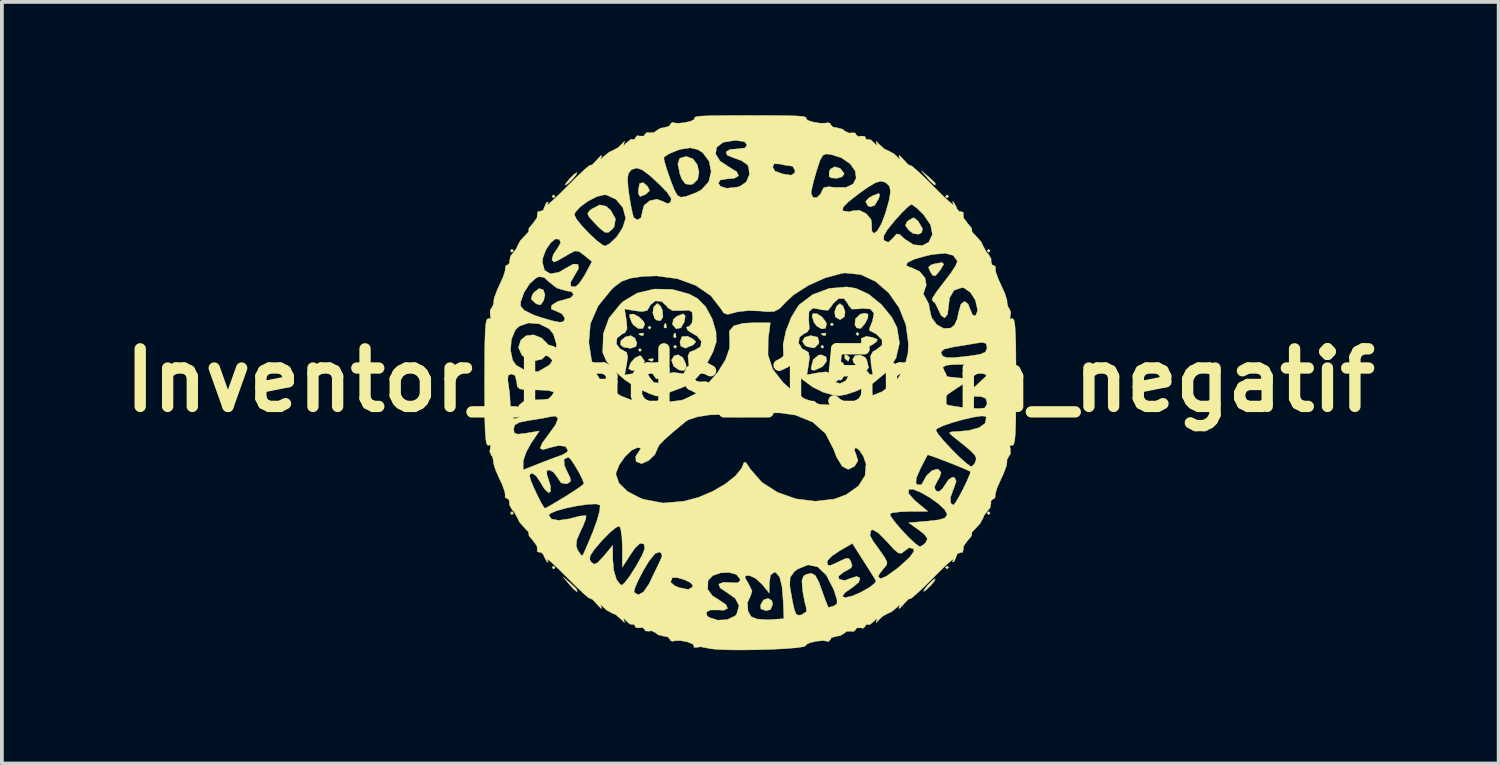
<source format=kicad_pcb>
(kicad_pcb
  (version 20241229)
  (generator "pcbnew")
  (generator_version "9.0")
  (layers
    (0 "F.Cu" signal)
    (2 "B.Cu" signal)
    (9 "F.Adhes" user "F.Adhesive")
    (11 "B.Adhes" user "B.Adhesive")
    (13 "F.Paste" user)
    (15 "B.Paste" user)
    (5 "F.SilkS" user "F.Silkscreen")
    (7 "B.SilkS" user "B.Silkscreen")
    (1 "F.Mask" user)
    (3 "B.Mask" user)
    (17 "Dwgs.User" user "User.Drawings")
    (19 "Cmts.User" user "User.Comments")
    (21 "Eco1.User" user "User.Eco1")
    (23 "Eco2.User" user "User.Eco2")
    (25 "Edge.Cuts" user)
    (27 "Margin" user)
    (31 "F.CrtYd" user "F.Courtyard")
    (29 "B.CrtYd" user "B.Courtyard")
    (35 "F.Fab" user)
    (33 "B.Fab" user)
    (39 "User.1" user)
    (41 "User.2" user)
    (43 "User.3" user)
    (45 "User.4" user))
  (footprint "Inventor_Dads_15mm_negatif"
    (layer "F.Cu")
    (at 16.808 7.017)
    (property "Reference" "Inventor_Dads_15mm_negatif" (at 0 0 0) (layer "F.SilkS") (effects (font (size 1.524 1.524) (thickness 0.3))))
    (attr through_hole)
    (fp_poly (pts (xy -6.265 -3.429) (xy -6.308 -3.387) (xy -6.35 -3.429) (xy -6.308 -3.471) (xy -6.265 -3.429)) (stroke (width 0.01) (type solid)) (fill yes) (layer "F.SilkS"))
    (fp_poly (pts (xy -6.265 3.514) (xy -6.308 3.556) (xy -6.35 3.514) (xy -6.308 3.471) (xy -6.265 3.514)) (stroke (width 0.01) (type solid)) (fill yes) (layer "F.SilkS"))
    (fp_poly (pts (xy -5.165 -4.868) (xy -5.207 -4.826) (xy -5.249 -4.868) (xy -5.207 -4.911) (xy -5.165 -4.868)) (stroke (width 0.01) (type solid)) (fill yes) (layer "F.SilkS"))
    (fp_poly (pts (xy -5.165 4.953) (xy -5.207 4.995) (xy -5.249 4.953) (xy -5.207 4.911) (xy -5.165 4.953)) (stroke (width 0.01) (type solid)) (fill yes) (layer "F.SilkS"))
    (fp_poly (pts (xy -2.879 -0.804) (xy -2.921 -0.762) (xy -2.963 -0.804) (xy -2.921 -0.847) (xy -2.879 -0.804)) (stroke (width 0.01) (type solid)) (fill yes) (layer "F.SilkS"))
    (fp_poly (pts (xy -2.625 -1.397) (xy -2.667 -1.355) (xy -2.709 -1.397) (xy -2.667 -1.439) (xy -2.625 -1.397)) (stroke (width 0.01) (type solid)) (fill yes) (layer "F.SilkS"))
    (fp_poly (pts (xy -2.201 -0.55) (xy -2.244 -0.508) (xy -2.286 -0.55) (xy -2.244 -0.593) (xy -2.201 -0.55)) (stroke (width 0.01) (type solid)) (fill yes) (layer "F.SilkS"))
    (fp_poly (pts (xy -1.947 -0.889) (xy -1.99 -0.847) (xy -2.032 -0.889) (xy -1.99 -0.931) (xy -1.947 -0.889)) (stroke (width 0.01) (type solid)) (fill yes) (layer "F.SilkS"))
    (fp_poly (pts (xy 1.947 -0.889) (xy 1.905 -0.847) (xy 1.863 -0.889) (xy 1.905 -0.931) (xy 1.947 -0.889)) (stroke (width 0.01) (type solid)) (fill yes) (layer "F.SilkS"))
    (fp_poly (pts (xy 2.201 -1.482) (xy 2.159 -1.439) (xy 2.117 -1.482) (xy 2.159 -1.524) (xy 2.201 -1.482)) (stroke (width 0.01) (type solid)) (fill yes) (layer "F.SilkS"))
    (fp_poly (pts (xy 2.879 -1.228) (xy 2.836 -1.185) (xy 2.794 -1.228) (xy 2.836 -1.27) (xy 2.879 -1.228)) (stroke (width 0.01) (type solid)) (fill yes) (layer "F.SilkS"))
    (fp_poly (pts (xy 2.879 -0.889) (xy 2.836 -0.847) (xy 2.794 -0.889) (xy 2.836 -0.931) (xy 2.879 -0.889)) (stroke (width 0.01) (type solid)) (fill yes) (layer "F.SilkS"))
    (fp_poly (pts (xy 5.249 -4.868) (xy 5.207 -4.826) (xy 5.165 -4.868) (xy 5.207 -4.911) (xy 5.249 -4.868)) (stroke (width 0.01) (type solid)) (fill yes) (layer "F.SilkS"))
    (fp_poly (pts (xy 5.249 4.953) (xy 5.207 4.995) (xy 5.165 4.953) (xy 5.207 4.911) (xy 5.249 4.953)) (stroke (width 0.01) (type solid)) (fill yes) (layer "F.SilkS"))
    (fp_poly (pts (xy 6.35 -3.429) (xy 6.308 -3.387) (xy 6.265 -3.429) (xy 6.308 -3.471) (xy 6.35 -3.429)) (stroke (width 0.01) (type solid)) (fill yes) (layer "F.SilkS"))
    (fp_poly (pts (xy 6.35 3.514) (xy 6.308 3.556) (xy 6.265 3.514) (xy 6.308 3.471) (xy 6.35 3.514)) (stroke (width 0.01) (type solid)) (fill yes) (layer "F.SilkS"))
    (fp_poly (pts (xy -2.822 -1.242) (xy -2.834 -1.191) (xy -2.879 -1.185) (xy -2.948 -1.216) (xy -2.935 -1.242) (xy -2.835 -1.252) (xy -2.822 -1.242)) (stroke (width 0.01) (type solid)) (fill yes) (layer "F.SilkS"))
    (fp_poly (pts (xy -2.568 -0.564) (xy -2.58 -0.514) (xy -2.625 -0.508) (xy -2.694 -0.539) (xy -2.681 -0.564) (xy -2.581 -0.575) (xy -2.568 -0.564)) (stroke (width 0.01) (type solid)) (fill yes) (layer "F.SilkS"))
    (fp_poly (pts (xy -2.23 -1.496) (xy -2.219 -1.395) (xy -2.23 -1.383) (xy -2.28 -1.395) (xy -2.286 -1.439) (xy -2.255 -1.509) (xy -2.23 -1.496)) (stroke (width 0.01) (type solid)) (fill yes) (layer "F.SilkS"))
    (fp_poly (pts (xy -1.976 -1.242) (xy -1.965 -1.141) (xy -1.976 -1.129) (xy -2.026 -1.141) (xy -2.032 -1.185) (xy -2.001 -1.255) (xy -1.976 -1.242)) (stroke (width 0.01) (type solid)) (fill yes) (layer "F.SilkS"))
    (fp_poly (pts (xy 2.004 -1.242) (xy 1.992 -1.191) (xy 1.947 -1.185) (xy 1.878 -1.216) (xy 1.891 -1.242) (xy 1.991 -1.252) (xy 2.004 -1.242)) (stroke (width 0.01) (type solid)) (fill yes) (layer "F.SilkS"))
    (fp_poly (pts (xy -4.763 5.368) (xy -4.603 5.518) (xy -4.579 5.584) (xy -4.601 5.588) (xy -4.67 5.531) (xy -4.792 5.397) (xy -4.953 5.207) (xy -4.763 5.368)) (stroke (width 0.01) (type solid)) (fill yes) (layer "F.SilkS"))
    (fp_poly (pts (xy 4.72 -5.384) (xy 4.856 -5.261) (xy 4.911 -5.194) (xy 4.872 -5.173) (xy 4.751 -5.286) (xy 4.691 -5.355) (xy 4.53 -5.546) (xy 4.72 -5.384)) (stroke (width 0.01) (type solid)) (fill yes) (layer "F.SilkS"))
    (fp_poly (pts (xy -4.605 -5.45) (xy -4.699 -5.334) (xy -4.826 -5.209) (xy -4.895 -5.165) (xy -4.877 -5.218) (xy -4.784 -5.334) (xy -4.656 -5.459) (xy -4.588 -5.503) (xy -4.605 -5.45)) (stroke (width 0.01) (type solid)) (fill yes) (layer "F.SilkS"))
    (fp_poly (pts (xy -1.722 -1.704) (xy -1.749 -1.541) (xy -1.839 -1.389) (xy -1.963 -1.366) (xy -2.062 -1.48) (xy -2.035 -1.618) (xy -1.937 -1.699) (xy -1.775 -1.763) (xy -1.722 -1.704)) (stroke (width 0.01) (type solid)) (fill yes) (layer "F.SilkS"))
    (fp_poly (pts (xy 0.571 5.83) (xy 0.593 5.92) (xy 0.537 6.065) (xy 0.417 6.096) (xy 0.282 6.05) (xy 0.27 5.949) (xy 0.349 5.812) (xy 0.471 5.77) (xy 0.571 5.83)) (stroke (width 0.01) (type solid)) (fill yes) (layer "F.SilkS"))
    (fp_poly (pts (xy 2.257 -0.625) (xy 2.244 -0.593) (xy 2.168 -0.512) (xy 2.154 -0.508) (xy 2.118 -0.574) (xy 2.117 -0.593) (xy 2.182 -0.674) (xy 2.206 -0.677) (xy 2.257 -0.625)) (stroke (width 0.01) (type solid)) (fill yes) (layer "F.SilkS"))
    (fp_poly (pts (xy 2.621 -0.616) (xy 2.625 -0.593) (xy 2.596 -0.51) (xy 2.587 -0.508) (xy 2.515 -0.567) (xy 2.498 -0.593) (xy 2.504 -0.671) (xy 2.535 -0.677) (xy 2.621 -0.616)) (stroke (width 0.01) (type solid)) (fill yes) (layer "F.SilkS"))
    (fp_poly (pts (xy 4.877 5.302) (xy 4.784 5.419) (xy 4.656 5.544) (xy 4.588 5.588) (xy 4.605 5.535) (xy 4.699 5.419) (xy 4.826 5.293) (xy 4.895 5.249) (xy 4.877 5.302)) (stroke (width 0.01) (type solid)) (fill yes) (layer "F.SilkS"))
    (fp_poly (pts (xy -3.056 -1.12) (xy -3 -0.989) (xy -3.026 -0.897) (xy -3.17 -0.848) (xy -3.347 -0.876) (xy -3.435 -0.941) (xy -3.425 -1.053) (xy -3.305 -1.15) (xy -3.163 -1.184) (xy -3.056 -1.12)) (stroke (width 0.01) (type solid)) (fill yes) (layer "F.SilkS"))
    (fp_poly (pts (xy -2.714 -5.128) (xy -2.667 -5.019) (xy -2.763 -4.928) (xy -2.789 -4.914) (xy -2.917 -4.865) (xy -2.96 -4.939) (xy -2.963 -5.035) (xy -2.929 -5.212) (xy -2.832 -5.233) (xy -2.714 -5.128)) (stroke (width 0.01) (type solid)) (fill yes) (layer "F.SilkS"))
    (fp_poly (pts (xy -2.3 -0.344) (xy -2.299 -0.207) (xy -2.377 -0.052) (xy -2.49 -0.04) (xy -2.584 -0.175) (xy -2.584 -0.175) (xy -2.587 -0.362) (xy -2.529 -0.43) (xy -2.385 -0.452) (xy -2.3 -0.344)) (stroke (width 0.01) (type solid)) (fill yes) (layer "F.SilkS"))
    (fp_poly (pts (xy -1.524 -1.099) (xy -1.44 -1.02) (xy -1.507 -0.944) (xy -1.524 -0.933) (xy -1.72 -0.852) (xy -1.838 -0.906) (xy -1.863 -1.016) (xy -1.809 -1.158) (xy -1.664 -1.169) (xy -1.524 -1.099)) (stroke (width 0.01) (type solid)) (fill yes) (layer "F.SilkS"))
    (fp_poly (pts (xy 3.118 -1.753) (xy 3.11 -1.653) (xy 3.045 -1.518) (xy 2.925 -1.374) (xy 2.817 -1.388) (xy 2.767 -1.471) (xy 2.783 -1.628) (xy 2.908 -1.75) (xy 3.023 -1.778) (xy 3.118 -1.753)) (stroke (width 0.01) (type solid)) (fill yes) (layer "F.SilkS"))
    (fp_poly (pts (xy 3.234 -1.138) (xy 3.363 -1.086) (xy 3.339 -1.024) (xy 3.259 -0.963) (xy 3.084 -0.86) (xy 2.982 -0.882) (xy 2.934 -0.971) (xy 2.938 -1.111) (xy 3.067 -1.165) (xy 3.234 -1.138)) (stroke (width 0.01) (type solid)) (fill yes) (layer "F.SilkS"))
    (fp_poly (pts (xy 3.427 -4.905) (xy 3.396 -4.806) (xy 3.288 -4.629) (xy 3.162 -4.591) (xy 3.106 -4.627) (xy 3.053 -4.736) (xy 3.147 -4.837) (xy 3.256 -4.893) (xy 3.4 -4.948) (xy 3.427 -4.905)) (stroke (width 0.01) (type solid)) (fill yes) (layer "F.SilkS"))
    (fp_poly (pts (xy -5.479 -2.397) (xy -5.434 -2.265) (xy -5.469 -2.116) (xy -5.548 -1.996) (xy -5.655 -2.021) (xy -5.697 -2.051) (xy -5.798 -2.151) (xy -5.771 -2.261) (xy -5.724 -2.329) (xy -5.589 -2.43) (xy -5.479 -2.397)) (stroke (width 0.01) (type solid)) (fill yes) (layer "F.SilkS"))
    (fp_poly (pts (xy -2.94 -1.674) (xy -2.823 -1.556) (xy -2.794 -1.479) (xy -2.846 -1.371) (xy -2.965 -1.371) (xy -3.096 -1.469) (xy -3.137 -1.531) (xy -3.194 -1.683) (xy -3.189 -1.75) (xy -3.085 -1.754) (xy -2.94 -1.674)) (stroke (width 0.01) (type solid)) (fill yes) (layer "F.SilkS"))
    (fp_poly (pts (xy -2.892 -0.643) (xy -2.799 -0.51) (xy -2.841 -0.366) (xy -2.928 -0.305) (xy -3.131 -0.257) (xy -3.216 -0.307) (xy -3.217 -0.322) (xy -3.165 -0.466) (xy -3.049 -0.595) (xy -2.926 -0.652) (xy -2.892 -0.643)) (stroke (width 0.01) (type solid)) (fill yes) (layer "F.SilkS"))
    (fp_poly (pts (xy -2.374 -1.962) (xy -2.326 -1.854) (xy -2.312 -1.676) (xy -2.378 -1.577) (xy -2.488 -1.597) (xy -2.528 -1.637) (xy -2.581 -1.785) (xy -2.557 -1.943) (xy -2.471 -2.03) (xy -2.452 -2.032) (xy -2.374 -1.962)) (stroke (width 0.01) (type solid)) (fill yes) (layer "F.SilkS"))
    (fp_poly (pts (xy -1.786 -0.604) (xy -1.705 -0.431) (xy -1.693 -0.332) (xy -1.752 -0.26) (xy -1.883 -0.274) (xy -2.019 -0.366) (xy -2.029 -0.377) (xy -2.086 -0.536) (xy -2.011 -0.653) (xy -1.909 -0.677) (xy -1.786 -0.604)) (stroke (width 0.01) (type solid)) (fill yes) (layer "F.SilkS"))
    (fp_poly (pts (xy 1.783 -1.143) (xy 1.821 -1.016) (xy 1.805 -0.965) (xy 1.693 -0.857) (xy 1.507 -0.891) (xy 1.45 -0.923) (xy 1.379 -1.032) (xy 1.439 -1.138) (xy 1.598 -1.185) (xy 1.6 -1.185) (xy 1.783 -1.143)) (stroke (width 0.01) (type solid)) (fill yes) (layer "F.SilkS"))
    (fp_poly (pts (xy 1.893 -1.682) (xy 1.999 -1.547) (xy 2.017 -1.494) (xy 1.992 -1.379) (xy 1.888 -1.362) (xy 1.76 -1.437) (xy 1.689 -1.531) (xy 1.636 -1.688) (xy 1.648 -1.761) (xy 1.755 -1.769) (xy 1.893 -1.682)) (stroke (width 0.01) (type solid)) (fill yes) (layer "F.SilkS"))
    (fp_poly (pts (xy 2.004 -0.625) (xy 2.02 -0.506) (xy 1.92 -0.375) (xy 1.868 -0.342) (xy 1.69 -0.263) (xy 1.617 -0.283) (xy 1.609 -0.332) (xy 1.665 -0.548) (xy 1.809 -0.668) (xy 1.872 -0.677) (xy 2.004 -0.625)) (stroke (width 0.01) (type solid)) (fill yes) (layer "F.SilkS"))
    (fp_poly (pts (xy 2.381 -5.609) (xy 2.477 -5.485) (xy 2.483 -5.461) (xy 2.428 -5.387) (xy 2.287 -5.348) (xy 2.143 -5.359) (xy 2.088 -5.397) (xy 2.088 -5.522) (xy 2.12 -5.592) (xy 2.236 -5.654) (xy 2.381 -5.609)) (stroke (width 0.01) (type solid)) (fill yes) (layer "F.SilkS"))
    (fp_poly (pts (xy 2.456 -1.963) (xy 2.508 -1.816) (xy 2.493 -1.686) (xy 2.387 -1.61) (xy 2.371 -1.609) (xy 2.26 -1.67) (xy 2.248 -1.686) (xy 2.234 -1.818) (xy 2.286 -1.964) (xy 2.371 -2.032) (xy 2.456 -1.963)) (stroke (width 0.01) (type solid)) (fill yes) (layer "F.SilkS"))
    (fp_poly (pts (xy 2.464 -0.449) (xy 2.51 -0.318) (xy 2.49 -0.148) (xy 2.422 -0.022) (xy 2.371 0) (xy 2.29 -0.07) (xy 2.241 -0.178) (xy 2.232 -0.356) (xy 2.302 -0.473) (xy 2.415 -0.484) (xy 2.464 -0.449)) (stroke (width 0.01) (type solid)) (fill yes) (layer "F.SilkS"))
    (fp_poly (pts (xy 3.037 -0.609) (xy 3.081 -0.543) (xy 3.133 -0.338) (xy 3.077 -0.263) (xy 2.911 -0.316) (xy 2.857 -0.345) (xy 2.734 -0.472) (xy 2.709 -0.555) (xy 2.771 -0.654) (xy 2.904 -0.671) (xy 3.037 -0.609)) (stroke (width 0.01) (type solid)) (fill yes) (layer "F.SilkS"))
    (fp_poly (pts (xy 5.12 -3.075) (xy 5.034 -2.93) (xy 5.01 -2.898) (xy 4.902 -2.771) (xy 4.834 -2.774) (xy 4.766 -2.87) (xy 4.715 -2.994) (xy 4.79 -3.059) (xy 4.883 -3.086) (xy 5.074 -3.12) (xy 5.12 -3.075)) (stroke (width 0.01) (type solid)) (fill yes) (layer "F.SilkS"))
    (fp_poly (pts (xy 4.42 -4.237) (xy 4.454 -4.193) (xy 4.558 -4.016) (xy 4.538 -3.914) (xy 4.453 -3.867) (xy 4.31 -3.888) (xy 4.197 -3.973) (xy 4.106 -4.097) (xy 4.138 -4.186) (xy 4.198 -4.239) (xy 4.319 -4.306) (xy 4.42 -4.237)) (stroke (width 0.01) (type solid)) (fill yes) (layer "F.SilkS"))
    (fp_poly (pts (xy -5.524 -1.122) (xy -5.374 -0.972) (xy -5.349 -0.904) (xy -5.375 -0.698) (xy -5.513 -0.562) (xy -5.714 -0.515) (xy -5.928 -0.573) (xy -6.043 -0.665) (xy -6.136 -0.869) (xy -6.073 -1.066) (xy -5.933 -1.182) (xy -5.736 -1.205) (xy -5.524 -1.122)) (stroke (width 0.01) (type solid)) (fill yes) (layer "F.SilkS"))
    (fp_poly (pts (xy -1.518 -5.862) (xy -1.401 -5.703) (xy -1.357 -5.504) (xy -1.393 -5.318) (xy -1.519 -5.197) (xy -1.579 -5.181) (xy -1.717 -5.2) (xy -1.815 -5.332) (xy -1.861 -5.455) (xy -1.918 -5.726) (xy -1.867 -5.879) (xy -1.701 -5.927) (xy -1.699 -5.927) (xy -1.518 -5.862)) (stroke (width 0.01) (type solid)) (fill yes) (layer "F.SilkS"))
    (fp_poly (pts (xy -3.812 -4.607) (xy -3.696 -4.502) (xy -3.568 -4.275) (xy -3.602 -4.067) (xy -3.658 -3.996) (xy -3.758 -3.915) (xy -3.853 -3.92) (xy -3.986 -4.027) (xy -4.112 -4.155) (xy -4.263 -4.322) (xy -4.306 -4.417) (xy -4.252 -4.493) (xy -4.196 -4.536) (xy -3.985 -4.645) (xy -3.812 -4.607)) (stroke (width 0.01) (type solid)) (fill yes) (layer "F.SilkS"))
    (fp_poly (pts (xy 2.792 -2.437) (xy 3.135 -2.279) (xy 3.47 -2.007) (xy 3.745 -1.67) (xy 3.882 -1.399) (xy 3.949 -0.989) (xy 3.858 -0.595) (xy 3.624 -0.237) (xy 3.259 0.066) (xy 2.788 0.29) (xy 2.529 0.376) (xy 2.351 0.407) (xy 2.177 0.385) (xy 1.926 0.312) (xy 1.924 0.311) (xy 1.658 0.181) (xy 1.371 -0.031) (xy 1.113 -0.28) (xy 0.931 -0.524) (xy 0.879 -0.646) (xy 0.868 -0.943) (xy 0.876 -0.984) (xy 1.278 -0.984) (xy 1.361 -0.844) (xy 1.433 -0.806) (xy 1.54 -0.741) (xy 1.566 -0.604) (xy 1.547 -0.45) (xy 1.498 -0.146) (xy 1.801 -0.202) (xy 2.01 -0.226) (xy 2.114 -0.18) (xy 2.158 -0.087) (xy 2.267 0.052) (xy 2.371 0.085) (xy 2.521 0.014) (xy 2.583 -0.087) (xy 2.646 -0.199) (xy 2.771 -0.226) (xy 2.941 -0.202) (xy 3.243 -0.146) (xy 3.196 -0.437) (xy 3.182 -0.648) (xy 3.246 -0.761) (xy 3.331 -0.809) (xy 3.487 -0.931) (xy 3.486 -1.077) (xy 3.333 -1.228) (xy 3.151 -1.323) (xy 3.164 -1.397) (xy 3.23 -1.561) (xy 3.231 -1.561) (xy 3.275 -1.771) (xy 3.182 -1.888) (xy 2.956 -1.905) (xy 2.87 -1.891) (xy 2.689 -1.886) (xy 2.598 -1.989) (xy 2.584 -2.028) (xy 2.48 -2.165) (xy 2.333 -2.164) (xy 2.189 -2.031) (xy 2.159 -1.98) (xy 2.057 -1.855) (xy 1.902 -1.865) (xy 1.874 -1.875) (xy 1.66 -1.912) (xy 1.553 -1.821) (xy 1.546 -1.594) (xy 1.55 -1.564) (xy 1.562 -1.363) (xy 1.497 -1.268) (xy 1.433 -1.244) (xy 1.301 -1.142) (xy 1.278 -0.984) (xy 0.876 -0.984) (xy 0.943 -1.305) (xy 1.084 -1.669) (xy 1.269 -1.968) (xy 1.303 -2.007) (xy 1.652 -2.271) (xy 2.087 -2.433) (xy 2.545 -2.474) (xy 2.792 -2.437)) (stroke (width 0.01) (type solid)) (fill yes) (layer "F.SilkS"))
    (fp_poly (pts (xy -2.071 -2.409) (xy -1.618 -2.285) (xy -1.396 -2.166) (xy -1.181 -1.946) (xy -1.008 -1.627) (xy -0.907 -1.282) (xy -0.9 -1.02) (xy -0.987 -0.755) (xy -1.153 -0.439) (xy -1.355 -0.139) (xy -1.547 0.069) (xy -1.656 0.127) (xy -1.854 0.209) (xy -2.088 0.297) (xy -2.307 0.372) (xy -2.459 0.414) (xy -2.498 0.414) (xy -2.566 0.386) (xy -2.667 0.351) (xy -2.993 0.203) (xy -3.318 -0.013) (xy -3.604 -0.264) (xy -3.812 -0.515) (xy -3.906 -0.735) (xy -3.907 -0.744) (xy -3.899 -0.96) (xy -3.543 -0.96) (xy -3.44 -0.828) (xy -3.384 -0.804) (xy -3.273 -0.741) (xy -3.245 -0.616) (xy -3.269 -0.446) (xy -3.326 -0.143) (xy -3.021 -0.193) (xy -2.809 -0.21) (xy -2.703 -0.158) (xy -2.665 -0.079) (xy -2.556 0.053) (xy -2.397 0.077) (xy -2.261 -0.006) (xy -2.228 -0.078) (xy -2.169 -0.184) (xy -2.037 -0.21) (xy -1.884 -0.192) (xy -1.582 -0.143) (xy -1.631 -0.445) (xy -1.65 -0.65) (xy -1.6 -0.751) (xy -1.469 -0.8) (xy -1.313 -0.895) (xy -1.296 -1.036) (xy -1.415 -1.178) (xy -1.503 -1.227) (xy -1.652 -1.321) (xy -1.692 -1.404) (xy -1.609 -1.439) (xy -1.546 -1.512) (xy -1.524 -1.66) (xy -1.54 -1.805) (xy -1.622 -1.857) (xy -1.819 -1.847) (xy -1.826 -1.846) (xy -2.058 -1.846) (xy -2.186 -1.925) (xy -2.21 -1.964) (xy -2.349 -2.092) (xy -2.518 -2.101) (xy -2.648 -1.994) (xy -2.665 -1.953) (xy -2.731 -1.847) (xy -2.867 -1.821) (xy -3.023 -1.839) (xy -3.328 -1.889) (xy -3.279 -1.583) (xy -3.261 -1.37) (xy -3.312 -1.264) (xy -3.393 -1.226) (xy -3.528 -1.117) (xy -3.543 -0.96) (xy -3.899 -0.96) (xy -3.89 -1.237) (xy -3.739 -1.649) (xy -3.437 -2.021) (xy -3.358 -2.093) (xy -2.991 -2.311) (xy -2.545 -2.417) (xy -2.071 -2.409)) (stroke (width 0.01) (type solid)) (fill yes) (layer "F.SilkS"))
    (fp_poly (pts (xy 0.547 -7.011) (xy 0.945 -7.007) (xy 1.216 -6.999) (xy 1.382 -6.987) (xy 1.462 -6.968) (xy 1.48 -6.942) (xy 1.475 -6.932) (xy 1.519 -6.882) (xy 1.665 -6.836) (xy 1.848 -6.807) (xy 2 -6.808) (xy 2.041 -6.821) (xy 2.112 -6.806) (xy 2.117 -6.778) (xy 2.187 -6.705) (xy 2.281 -6.689) (xy 2.445 -6.647) (xy 2.501 -6.598) (xy 2.617 -6.543) (xy 2.676 -6.553) (xy 2.779 -6.546) (xy 2.794 -6.508) (xy 2.856 -6.453) (xy 2.921 -6.465) (xy 3.03 -6.46) (xy 3.048 -6.418) (xy 3.082 -6.363) (xy 3.103 -6.377) (xy 3.191 -6.365) (xy 3.279 -6.285) (xy 3.356 -6.207) (xy 3.344 -6.265) (xy 3.33 -6.329) (xy 3.404 -6.254) (xy 3.407 -6.249) (xy 3.556 -6.12) (xy 3.646 -6.08) (xy 3.802 -5.997) (xy 3.879 -5.927) (xy 3.96 -5.843) (xy 3.952 -5.89) (xy 3.936 -5.927) (xy 3.942 -5.958) (xy 4.029 -5.872) (xy 4.055 -5.842) (xy 4.173 -5.716) (xy 4.23 -5.688) (xy 4.231 -5.693) (xy 4.287 -5.664) (xy 4.435 -5.535) (xy 4.652 -5.329) (xy 4.838 -5.143) (xy 5.08 -4.903) (xy 5.262 -4.732) (xy 5.364 -4.649) (xy 5.375 -4.657) (xy 5.35 -4.733) (xy 5.384 -4.713) (xy 5.461 -4.573) (xy 5.465 -4.544) (xy 5.532 -4.467) (xy 5.577 -4.468) (xy 5.645 -4.443) (xy 5.634 -4.408) (xy 5.649 -4.295) (xy 5.754 -4.152) (xy 5.857 -4.03) (xy 5.864 -3.977) (xy 5.863 -3.977) (xy 5.87 -3.928) (xy 5.969 -3.825) (xy 6.108 -3.668) (xy 6.164 -3.553) (xy 6.251 -3.391) (xy 6.299 -3.344) (xy 6.375 -3.214) (xy 6.372 -3.154) (xy 6.395 -3.058) (xy 6.433 -3.048) (xy 6.495 -3.004) (xy 6.486 -2.978) (xy 6.496 -2.868) (xy 6.57 -2.666) (xy 6.635 -2.529) (xy 6.74 -2.292) (xy 6.795 -2.111) (xy 6.796 -2.056) (xy 6.825 -1.931) (xy 6.85 -1.91) (xy 6.897 -1.798) (xy 6.882 -1.719) (xy 6.872 -1.626) (xy 6.907 -1.629) (xy 6.95 -1.636) (xy 6.982 -1.583) (xy 7.004 -1.451) (xy 7.019 -1.222) (xy 7.028 -0.876) (xy 7.032 -0.393) (xy 7.033 0.042) (xy 7.031 0.634) (xy 7.026 1.075) (xy 7.016 1.385) (xy 6.999 1.584) (xy 6.973 1.69) (xy 6.938 1.724) (xy 6.907 1.714) (xy 6.866 1.734) (xy 6.882 1.804) (xy 6.886 1.947) (xy 6.85 1.995) (xy 6.79 2.109) (xy 6.796 2.141) (xy 6.778 2.265) (xy 6.698 2.479) (xy 6.635 2.614) (xy 6.532 2.844) (xy 6.483 3.014) (xy 6.486 3.063) (xy 6.465 3.128) (xy 6.433 3.133) (xy 6.366 3.193) (xy 6.372 3.239) (xy 6.346 3.376) (xy 6.299 3.429) (xy 6.185 3.578) (xy 6.164 3.638) (xy 6.084 3.785) (xy 5.969 3.91) (xy 5.866 4.018) (xy 5.863 4.061) (xy 5.858 4.113) (xy 5.756 4.235) (xy 5.754 4.236) (xy 5.646 4.386) (xy 5.634 4.493) (xy 5.62 4.554) (xy 5.577 4.553) (xy 5.476 4.59) (xy 5.465 4.628) (xy 5.405 4.775) (xy 5.384 4.798) (xy 5.348 4.805) (xy 5.375 4.741) (xy 5.349 4.743) (xy 5.227 4.848) (xy 5.029 5.037) (xy 4.838 5.228) (xy 4.587 5.476) (xy 4.387 5.663) (xy 4.262 5.767) (xy 4.231 5.778) (xy 4.185 5.791) (xy 4.072 5.906) (xy 4.055 5.927) (xy 3.954 6.034) (xy 3.93 6.028) (xy 3.936 6.011) (xy 3.966 5.928) (xy 3.912 5.975) (xy 3.879 6.011) (xy 3.726 6.132) (xy 3.646 6.165) (xy 3.495 6.248) (xy 3.407 6.334) (xy 3.33 6.413) (xy 3.343 6.354) (xy 3.344 6.35) (xy 3.355 6.292) (xy 3.279 6.37) (xy 3.164 6.464) (xy 3.103 6.462) (xy 3.052 6.47) (xy 3.048 6.503) (xy 2.987 6.561) (xy 2.921 6.55) (xy 2.812 6.552) (xy 2.794 6.592) (xy 2.733 6.648) (xy 2.676 6.638) (xy 2.539 6.647) (xy 2.501 6.683) (xy 2.378 6.759) (xy 2.281 6.773) (xy 2.146 6.812) (xy 2.117 6.863) (xy 2.066 6.916) (xy 2.041 6.906) (xy 1.923 6.887) (xy 1.745 6.905) (xy 1.575 6.945) (xy 1.477 6.995) (xy 1.475 7.016) (xy 1.416 7.048) (xy 1.222 7.077) (xy 0.927 7.101) (xy 0.563 7.119) (xy 0.166 7.131) (xy -0.231 7.136) (xy -0.595 7.133) (xy -0.891 7.12) (xy -1.085 7.098) (xy -1.122 7.088) (xy -1.315 7.052) (xy -1.417 7.066) (xy -1.495 7.067) (xy -1.487 7.037) (xy -1.525 6.976) (xy -1.667 6.922) (xy -1.848 6.888) (xy -2.001 6.891) (xy -2.041 6.906) (xy -2.112 6.89) (xy -2.117 6.863) (xy -2.187 6.789) (xy -2.281 6.773) (xy -2.445 6.732) (xy -2.501 6.683) (xy -2.617 6.627) (xy -2.676 6.638) (xy -2.779 6.631) (xy -2.794 6.592) (xy -2.856 6.538) (xy -2.921 6.55) (xy -3.03 6.545) (xy -3.048 6.503) (xy -3.082 6.448) (xy -3.103 6.462) (xy -3.191 6.449) (xy -3.279 6.37) (xy -3.356 6.291) (xy -3.344 6.35) (xy -3.33 6.414) (xy -3.404 6.338) (xy -3.407 6.334) (xy -3.556 6.205) (xy -3.646 6.165) (xy -3.699 6.137) (xy -1.165 6.137) (xy -1.145 6.229) (xy -1.09 6.274) (xy -0.862 6.347) (xy -0.61 6.332) (xy -0.408 6.238) (xy -0.36 6.184) (xy -0.297 5.962) (xy -0.401 5.765) (xy -0.603 5.625) (xy -0.798 5.493) (xy -0.835 5.393) (xy -0.718 5.345) (xy -0.547 5.35) (xy -0.346 5.359) (xy -0.272 5.31) (xy -0.273 5.254) (xy -0.337 5.176) (xy -0.134 5.176) (xy -0.133 5.239) (xy -0.044 5.385) (xy 0.046 5.575) (xy 0.011 5.696) (xy 0.008 5.699) (xy -0.076 5.884) (xy -0.06 6.11) (xy 0.021 6.252) (xy 0.176 6.316) (xy 0.434 6.336) (xy 0.508 6.333) (xy 0.889 6.308) (xy 0.874 5.895) (xy 0.842 5.475) (xy 0.833 5.434) (xy 1.045 5.434) (xy 1.055 5.501) (xy 1.118 5.855) (xy 1.166 6.073) (xy 1.213 6.184) (xy 1.272 6.218) (xy 1.356 6.205) (xy 1.364 6.203) (xy 1.487 6.118) (xy 1.482 6.025) (xy 1.439 5.859) (xy 1.393 5.611) (xy 1.383 5.541) (xy 1.366 5.304) (xy 1.407 5.181) (xy 1.48 5.135) (xy 1.617 5.106) (xy 1.72 5.163) (xy 1.813 5.334) (xy 1.905 5.589) (xy 1.989 5.825) (xy 2.052 5.979) (xy 2.074 6.011) (xy 2.167 5.985) (xy 2.227 5.964) (xy 2.293 5.914) (xy 2.296 5.809) (xy 2.232 5.605) (xy 2.202 5.524) (xy 2.01 5.151) (xy 1.783 4.936) (xy 1.528 4.883) (xy 1.252 4.995) (xy 1.158 5.068) (xy 1.054 5.217) (xy 1.045 5.434) (xy 0.833 5.434) (xy 0.779 5.21) (xy 0.682 5.09) (xy 0.633 5.08) (xy 0.535 5.155) (xy 0.505 5.355) (xy 0.502 5.63) (xy 0.311 5.397) (xy 0.141 5.24) (xy -0.02 5.166) (xy -0.034 5.165) (xy -0.134 5.176) (xy -0.337 5.176) (xy -0.369 5.136) (xy -0.56 5.085) (xy -0.787 5.096) (xy -0.991 5.166) (xy -1.112 5.291) (xy -1.119 5.312) (xy -1.127 5.532) (xy -1.003 5.702) (xy -0.839 5.804) (xy -0.647 5.934) (xy -0.601 6.035) (xy -0.701 6.085) (xy -0.85 6.077) (xy -1.057 6.078) (xy -1.165 6.137) (xy -3.699 6.137) (xy -3.802 6.082) (xy -3.879 6.011) (xy -3.96 5.928) (xy -3.952 5.975) (xy -3.936 6.011) (xy -3.942 6.042) (xy -4.029 5.957) (xy -4.055 5.927) (xy -4.173 5.801) (xy -4.23 5.773) (xy -4.231 5.778) (xy -4.287 5.749) (xy -4.435 5.62) (xy -4.45 5.605) (xy -3.079 5.605) (xy -3.078 5.608) (xy -2.965 5.676) (xy -2.825 5.599) (xy -2.683 5.392) (xy -2.665 5.355) (xy -2.658 5.341) (xy -2.111 5.341) (xy -1.994 5.44) (xy -1.884 5.485) (xy -1.644 5.534) (xy -1.533 5.473) (xy -1.524 5.422) (xy -1.595 5.347) (xy -1.758 5.271) (xy -1.938 5.22) (xy -2.059 5.222) (xy -2.067 5.228) (xy -2.111 5.341) (xy -2.658 5.341) (xy -2.538 5.088) (xy -2.419 4.844) (xy -2.404 4.813) (xy -2.4 4.805) (xy 2.033 4.805) (xy 2.05 4.891) (xy 2.129 4.895) (xy 2.307 4.816) (xy 2.367 4.786) (xy 2.538 4.709) (xy 2.62 4.723) (xy 2.661 4.798) (xy 2.695 4.901) (xy 2.667 4.964) (xy 2.539 5.039) (xy 2.467 5.076) (xy 2.334 5.184) (xy 2.352 5.265) (xy 2.501 5.298) (xy 2.625 5.249) (xy 2.817 5.188) (xy 2.904 5.231) (xy 2.872 5.342) (xy 2.717 5.47) (xy 2.504 5.62) (xy 2.44 5.717) (xy 2.509 5.75) (xy 2.696 5.708) (xy 2.916 5.614) (xy 3.161 5.476) (xy 3.304 5.359) (xy 3.323 5.297) (xy 3.252 5.182) (xy 3.12 4.972) (xy 2.986 4.762) (xy 2.703 4.316) (xy 2.368 4.508) (xy 2.167 4.644) (xy 2.047 4.766) (xy 2.033 4.805) (xy -2.4 4.805) (xy -2.335 4.647) (xy -2.361 4.568) (xy -2.41 4.543) (xy -2.522 4.585) (xy -2.682 4.785) (xy -2.824 5.02) (xy -2.964 5.287) (xy -3.055 5.496) (xy -3.079 5.605) (xy -4.45 5.605) (xy -4.652 5.413) (xy -4.838 5.228) (xy -5.08 4.987) (xy -5.262 4.816) (xy -5.349 4.746) (xy -4.249 4.746) (xy -4.216 4.804) (xy -4.135 4.866) (xy -4.041 4.827) (xy -3.894 4.67) (xy -3.876 4.649) (xy -3.641 4.367) (xy -3.641 4.729) (xy -3.613 5.035) (xy -3.54 5.276) (xy -3.438 5.407) (xy -3.394 5.419) (xy -3.318 5.351) (xy -3.186 5.174) (xy -3.028 4.925) (xy -3.022 4.916) (xy -2.863 4.629) (xy -2.794 4.449) (xy -2.808 4.346) (xy -2.826 4.326) (xy -2.92 4.315) (xy -3.045 4.431) (xy -3.158 4.592) (xy -3.387 4.945) (xy -3.387 4.425) (xy -3.398 4.144) (xy -3.404 4.102) (xy 3.167 4.102) (xy 3.247 4.251) (xy 3.45 4.532) (xy 3.57 4.708) (xy 3.618 4.814) (xy 3.609 4.883) (xy 3.555 4.95) (xy 3.525 4.983) (xy 3.418 5.122) (xy 3.387 5.192) (xy 3.442 5.251) (xy 3.603 5.184) (xy 3.867 4.995) (xy 3.987 4.896) (xy 4.23 4.67) (xy 4.332 4.521) (xy 4.319 4.455) (xy 4.201 4.429) (xy 4.092 4.508) (xy 4.005 4.576) (xy 3.919 4.569) (xy 3.797 4.467) (xy 3.615 4.266) (xy 3.39 4.038) (xy 3.243 3.954) (xy 3.193 3.97) (xy 3.167 4.102) (xy -3.404 4.102) (xy -3.428 3.937) (xy -3.463 3.857) (xy -3.554 3.892) (xy -3.718 4.027) (xy -3.921 4.234) (xy -3.931 4.244) (xy -4.136 4.485) (xy -4.237 4.641) (xy -4.249 4.746) (xy -5.349 4.746) (xy -5.364 4.733) (xy -5.375 4.741) (xy -5.35 4.818) (xy -5.384 4.798) (xy -5.461 4.657) (xy -5.465 4.628) (xy -5.532 4.552) (xy -5.577 4.553) (xy -5.645 4.528) (xy -5.634 4.493) (xy -5.649 4.38) (xy -5.754 4.236) (xy -5.857 4.114) (xy -5.864 4.061) (xy -5.863 4.061) (xy -5.87 4.013) (xy -5.969 3.91) (xy -6.108 3.753) (xy -6.164 3.638) (xy -6.202 3.567) (xy -5.334 3.567) (xy -5.262 3.671) (xy -5.068 3.705) (xy -4.789 3.664) (xy -4.727 3.646) (xy -4.508 3.592) (xy -4.366 3.578) (xy -4.346 3.584) (xy -4.357 3.676) (xy -4.431 3.863) (xy -4.484 3.972) (xy -4.591 4.218) (xy -4.607 4.386) (xy -4.567 4.496) (xy -4.484 4.619) (xy -4.442 4.639) (xy -4.397 4.551) (xy -4.307 4.346) (xy -4.19 4.066) (xy -4.164 4.004) (xy -4.055 3.703) (xy -4.007 3.53) (xy 3.695 3.53) (xy 3.723 3.609) (xy 3.839 3.766) (xy 4.008 3.962) (xy 4.195 4.158) (xy 4.363 4.317) (xy 4.478 4.399) (xy 4.495 4.403) (xy 4.59 4.346) (xy 4.65 4.284) (xy 4.687 4.186) (xy 4.61 4.076) (xy 4.47 3.966) (xy 4.191 3.768) (xy 4.699 3.725) (xy 4.991 3.691) (xy 5.148 3.643) (xy 5.204 3.567) (xy 5.207 3.537) (xy 5.142 3.416) (xy 4.975 3.262) (xy 4.753 3.103) (xy 4.519 2.968) (xy 4.318 2.885) (xy 4.196 2.884) (xy 4.191 2.889) (xy 4.192 2.998) (xy 4.348 3.173) (xy 4.403 3.22) (xy 4.699 3.467) (xy 4.226 3.469) (xy 3.956 3.48) (xy 3.759 3.506) (xy 3.695 3.53) (xy -4.007 3.53) (xy -3.988 3.458) (xy -3.975 3.313) (xy -3.98 3.301) (xy -4.084 3.271) (xy -4.298 3.281) (xy -4.575 3.32) (xy -4.864 3.379) (xy -5.119 3.449) (xy -5.29 3.519) (xy -5.334 3.567) (xy -6.202 3.567) (xy -6.251 3.476) (xy -6.299 3.429) (xy -6.375 3.299) (xy -6.372 3.239) (xy -6.395 3.143) (xy -6.433 3.133) (xy -6.495 3.088) (xy -6.486 3.063) (xy -6.496 2.953) (xy -6.57 2.75) (xy -6.635 2.614) (xy -6.668 2.538) (xy -5.842 2.538) (xy -5.809 2.652) (xy -5.727 2.848) (xy -5.622 3.07) (xy -5.521 3.265) (xy -5.449 3.377) (xy -5.436 3.387) (xy -5.352 3.346) (xy -5.165 3.237) (xy -4.914 3.085) (xy -4.902 3.078) (xy -4.654 2.921) (xy -4.475 2.799) (xy -4.403 2.737) (xy -4.403 2.736) (xy -4.442 2.621) (xy -4.508 2.489) (xy -3.556 2.489) (xy -3.476 2.721) (xy -3.252 2.938) (xy -2.91 3.117) (xy -2.817 3.15) (xy -2.308 3.246) (xy -1.759 3.2) (xy -1.368 3.095) (xy -1 2.94) (xy -0.659 2.741) (xy -0.388 2.525) (xy -0.227 2.323) (xy -0.21 2.282) (xy -0.165 2.168) (xy -0.113 2.178) (xy -0.017 2.322) (xy -0.006 2.341) (xy 0.303 2.696) (xy 0.723 2.965) (xy 1.21 3.136) (xy 1.725 3.199) (xy 2.225 3.141) (xy 2.54 3.025) (xy 2.86 2.798) (xy 2.909 2.722) (xy 4.385 2.722) (xy 4.419 2.762) (xy 4.527 2.763) (xy 4.553 2.725) (xy 4.66 2.528) (xy 4.81 2.388) (xy 4.951 2.348) (xy 4.983 2.361) (xy 5.049 2.439) (xy 5.01 2.563) (xy 4.957 2.649) (xy 4.872 2.823) (xy 4.907 2.918) (xy 4.916 2.924) (xy 4.995 2.943) (xy 5.082 2.873) (xy 5.209 2.686) (xy 5.241 2.634) (xy 5.35 2.562) (xy 5.407 2.575) (xy 5.451 2.671) (xy 5.386 2.859) (xy 5.373 2.886) (xy 5.297 3.101) (xy 5.306 3.254) (xy 5.38 3.302) (xy 5.434 3.233) (xy 5.538 3.055) (xy 5.635 2.87) (xy 5.748 2.633) (xy 5.817 2.467) (xy 5.827 2.415) (xy 5.736 2.369) (xy 5.542 2.288) (xy 5.293 2.188) (xy 5.039 2.09) (xy 4.826 2.012) (xy 4.705 1.972) (xy 4.692 1.971) (xy 4.649 2.051) (xy 4.556 2.232) (xy 4.498 2.345) (xy 4.394 2.586) (xy 4.385 2.722) (xy 2.909 2.722) (xy 3.037 2.52) (xy 3.063 2.213) (xy 2.994 2.011) (xy 2.885 1.847) (xy 2.79 1.778) (xy 2.789 1.778) (xy 2.752 1.838) (xy 2.799 1.957) (xy 2.849 2.126) (xy 2.763 2.269) (xy 2.758 2.273) (xy 2.592 2.357) (xy 2.433 2.275) (xy 2.283 2.03) (xy 2.206 1.825) (xy 1.99 1.406) (xy 1.888 1.315) (xy 4.911 1.315) (xy 4.967 1.417) (xy 5.113 1.594) (xy 5.31 1.806) (xy 5.52 2.017) (xy 5.708 2.187) (xy 5.834 2.278) (xy 5.854 2.284) (xy 5.926 2.218) (xy 5.964 2.143) (xy 5.979 2.068) (xy 5.95 1.989) (xy 5.854 1.883) (xy 5.668 1.724) (xy 5.372 1.489) (xy 5.339 1.463) (xy 5.267 1.389) (xy 5.334 1.361) (xy 5.429 1.357) (xy 5.784 1.327) (xy 6.057 1.251) (xy 6.208 1.143) (xy 6.22 1.121) (xy 6.244 0.988) (xy 6.232 0.954) (xy 6.124 0.942) (xy 5.91 0.974) (xy 5.636 1.036) (xy 5.353 1.116) (xy 5.106 1.2) (xy 4.946 1.276) (xy 4.911 1.315) (xy 1.888 1.315) (xy 1.651 1.103) (xy 1.194 0.919) (xy 0.8 0.862) (xy 0.473 0.858) (xy 0.182 0.883) (xy 0.02 0.922) (xy -0.31 0.972) (xy -0.489 0.938) (xy -0.753 0.902) (xy -1.078 0.914) (xy -1.397 0.964) (xy -1.641 1.045) (xy -1.703 1.083) (xy -2.052 1.373) (xy -2.282 1.578) (xy -2.411 1.713) (xy -2.455 1.795) (xy -2.455 1.801) (xy -2.524 1.962) (xy -2.682 2.115) (xy -2.861 2.199) (xy -2.892 2.201) (xy -3.023 2.146) (xy -3.034 2.013) (xy -2.946 1.88) (xy -2.895 1.797) (xy -2.981 1.778) (xy -3.138 1.847) (xy -3.315 2.017) (xy -3.467 2.233) (xy -3.551 2.44) (xy -3.556 2.489) (xy -4.508 2.489) (xy -4.536 2.436) (xy -4.652 2.238) (xy -4.757 2.084) (xy -4.814 2.032) (xy -4.931 2.087) (xy -4.92 2.252) (xy -4.865 2.377) (xy -4.77 2.572) (xy -4.755 2.669) (xy -4.821 2.721) (xy -4.871 2.741) (xy -5.007 2.713) (xy -5.096 2.581) (xy -5.198 2.438) (xy -5.31 2.371) (xy -5.386 2.389) (xy -5.382 2.503) (xy -5.376 2.519) (xy -5.291 2.784) (xy -5.285 2.941) (xy -5.343 2.974) (xy -5.453 2.866) (xy -5.546 2.709) (xy -5.664 2.533) (xy -5.773 2.454) (xy -5.836 2.492) (xy -5.842 2.538) (xy -6.668 2.538) (xy -6.74 2.377) (xy -6.795 2.196) (xy -6.796 2.141) (xy -6.825 2.016) (xy -6.85 1.995) (xy -6.897 1.883) (xy -6.882 1.804) (xy -6.872 1.711) (xy -6.907 1.714) (xy -6.95 1.72) (xy -6.982 1.668) (xy -7.004 1.536) (xy -7.019 1.307) (xy -7.02 1.287) (xy -6.265 1.287) (xy -6.246 1.39) (xy -6.157 1.424) (xy -5.954 1.402) (xy -5.924 1.397) (xy -5.582 1.339) (xy -5.797 1.655) (xy -5.93 1.895) (xy -6.005 2.114) (xy -6.011 2.17) (xy -6.011 2.37) (xy -5.567 2.194) (xy -5.293 2.088) (xy -5.066 2.004) (xy -4.974 1.973) (xy -4.849 1.898) (xy -4.826 1.85) (xy -4.895 1.749) (xy -5.073 1.725) (xy -5.289 1.777) (xy -5.49 1.834) (xy -5.562 1.797) (xy -5.507 1.66) (xy -5.348 1.444) (xy -5.153 1.174) (xy -5.089 1.009) (xy -5.153 0.946) (xy -5.271 0.958) (xy -5.47 0.998) (xy -5.748 1.045) (xy -5.863 1.062) (xy -6.114 1.112) (xy -6.235 1.182) (xy -6.265 1.287) (xy -7.02 1.287) (xy -7.028 0.96) (xy -7.032 0.478) (xy -7.033 0.042) (xy -7.033 -0.001) (xy -6.419 -0.001) (xy -6.403 0.095) (xy -6.367 0.367) (xy -6.35 0.669) (xy -6.35 0.688) (xy -6.33 0.914) (xy -6.261 1.008) (xy -6.214 1.016) (xy -6.119 0.972) (xy -6.127 0.818) (xy -6.128 0.814) (xy -6.126 0.662) (xy -6.013 0.568) (xy -5.769 0.52) (xy -5.482 0.509) (xy -5.254 0.484) (xy -5.167 0.405) (xy -5.165 0.381) (xy -5.204 0.307) (xy -5.342 0.268) (xy -5.611 0.254) (xy -5.673 0.254) (xy -5.954 0.25) (xy -6.106 0.225) (xy -6.168 0.164) (xy -6.181 0.05) (xy -6.181 0.042) (xy -6.227 -0.131) (xy -6.318 -0.169) (xy -6.409 -0.134) (xy -6.419 -0.001) (xy -7.033 -0.001) (xy -7.031 -0.549) (xy -7.029 -0.797) (xy -6.346 -0.797) (xy -6.291 -0.536) (xy -6.202 -0.405) (xy -5.909 -0.233) (xy -5.619 -0.23) (xy -5.332 -0.397) (xy -5.296 -0.43) (xy -5.157 -0.667) (xy -5.13 -0.956) (xy -5.148 -1.015) (xy -4.273 -1.015) (xy -4.268 -0.967) (xy -4.202 -0.539) (xy -4.108 -0.234) (xy -3.966 -0.005) (xy -3.751 0.194) (xy -3.671 0.253) (xy -3.418 0.415) (xy -3.175 0.509) (xy -2.87 0.559) (xy -2.695 0.574) (xy -2.223 0.579) (xy -1.83 0.527) (xy -1.751 0.505) (xy -1.438 0.349) (xy -1.133 0.098) (xy -0.864 -0.211) (xy -0.659 -0.541) (xy -0.548 -0.853) (xy -0.547 -1.076) (xy -0.557 -1.299) (xy -0.442 -1.441) (xy -0.189 -1.511) (xy 0.064 -1.524) (xy 0.53 -1.524) (xy 0.474 -1.104) (xy 0.469 -0.669) (xy 0.593 -0.298) (xy 0.861 0.049) (xy 1.023 0.198) (xy 1.426 0.483) (xy 1.833 0.635) (xy 2.279 0.658) (xy 2.803 0.558) (xy 2.976 0.507) (xy 3.486 0.299) (xy 3.845 0.037) (xy 4.044 -0.259) (xy 5.08 -0.259) (xy 5.11 -0.153) (xy 5.228 -0.096) (xy 5.469 -0.068) (xy 5.858 -0.042) (xy 5.469 0.203) (xy 5.218 0.374) (xy 5.094 0.503) (xy 5.104 0.596) (xy 5.258 0.662) (xy 5.565 0.71) (xy 6.032 0.747) (xy 6.032 0.747) (xy 6.206 0.73) (xy 6.264 0.627) (xy 6.265 0.593) (xy 6.234 0.478) (xy 6.11 0.43) (xy 5.954 0.423) (xy 5.642 0.423) (xy 5.996 0.12) (xy 6.241 -0.108) (xy 6.343 -0.264) (xy 6.297 -0.36) (xy 6.097 -0.409) (xy 5.735 -0.423) (xy 5.715 -0.423) (xy 5.39 -0.419) (xy 5.199 -0.401) (xy 5.108 -0.358) (xy 5.081 -0.284) (xy 5.08 -0.259) (xy 4.044 -0.259) (xy 4.07 -0.297) (xy 4.174 -0.723) (xy 4.175 -0.751) (xy 5.047 -0.751) (xy 5.053 -0.71) (xy 5.098 -0.639) (xy 5.189 -0.604) (xy 5.361 -0.601) (xy 5.65 -0.628) (xy 5.821 -0.648) (xy 6.086 -0.69) (xy 6.221 -0.748) (xy 6.264 -0.842) (xy 6.265 -0.868) (xy 6.24 -0.978) (xy 6.133 -1.005) (xy 5.99 -0.985) (xy 5.719 -0.939) (xy 5.409 -0.889) (xy 5.362 -0.881) (xy 5.13 -0.826) (xy 5.047 -0.751) (xy 4.175 -0.751) (xy 4.185 -0.974) (xy 4.118 -1.472) (xy 3.936 -1.928) (xy 3.661 -2.318) (xy 3.316 -2.617) (xy 2.925 -2.8) (xy 2.511 -2.843) (xy 2.426 -2.833) (xy 1.98 -2.712) (xy 1.531 -2.51) (xy 1.143 -2.26) (xy 0.943 -2.074) (xy 0.778 -1.902) (xy 0.636 -1.825) (xy 0.444 -1.816) (xy 0.267 -1.835) (xy -0.041 -1.846) (xy -0.325 -1.817) (xy -0.415 -1.793) (xy -0.604 -1.745) (xy -0.708 -1.787) (xy -0.772 -1.888) (xy -1.044 -2.24) (xy -1.44 -2.512) (xy -1.93 -2.691) (xy -2.482 -2.765) (xy -2.851 -2.751) (xy -3.175 -2.703) (xy -3.4 -2.622) (xy -3.597 -2.478) (xy -3.666 -2.413) (xy -4.028 -1.969) (xy -4.232 -1.499) (xy -4.273 -1.015) (xy -5.148 -1.015) (xy -5.212 -1.228) (xy -5.326 -1.366) (xy -5.588 -1.497) (xy -5.872 -1.519) (xy -6.118 -1.433) (xy -6.218 -1.336) (xy -6.322 -1.087) (xy -6.346 -0.797) (xy -7.029 -0.797) (xy -7.026 -0.99) (xy -7.016 -1.3) (xy -6.999 -1.499) (xy -6.973 -1.606) (xy -6.938 -1.639) (xy -6.907 -1.629) (xy -6.866 -1.649) (xy -6.882 -1.719) (xy -6.886 -1.863) (xy -6.85 -1.91) (xy -6.821 -1.966) (xy -6.079 -1.966) (xy -5.981 -1.853) (xy -5.744 -1.735) (xy -5.587 -1.68) (xy -5.255 -1.581) (xy -5.051 -1.539) (xy -4.947 -1.552) (xy -4.912 -1.619) (xy -4.911 -1.649) (xy -4.983 -1.761) (xy -5.125 -1.828) (xy -5.268 -1.887) (xy -5.264 -1.97) (xy -5.245 -1.994) (xy -5.094 -2.09) (xy -4.932 -2.133) (xy -4.745 -2.19) (xy -4.676 -2.275) (xy -4.735 -2.349) (xy -4.873 -2.371) (xy -5.117 -2.442) (xy -5.302 -2.586) (xy -5.46 -2.726) (xy -5.589 -2.744) (xy -5.671 -2.71) (xy -5.841 -2.557) (xy -5.989 -2.325) (xy -6.075 -2.087) (xy -6.079 -1.966) (xy -6.821 -1.966) (xy -6.79 -2.024) (xy -6.796 -2.056) (xy -6.778 -2.181) (xy -6.698 -2.394) (xy -6.635 -2.529) (xy -6.532 -2.76) (xy -6.483 -2.93) (xy -6.486 -2.978) (xy -6.465 -3.043) (xy -6.433 -3.048) (xy -6.366 -3.109) (xy -6.368 -3.127) (xy -5.503 -3.127) (xy -5.446 -2.913) (xy -5.292 -2.822) (xy -5.068 -2.86) (xy -4.893 -2.963) (xy -4.683 -3.078) (xy -4.56 -3.07) (xy -4.546 -2.959) (xy -4.651 -2.778) (xy -4.756 -2.597) (xy -4.747 -2.487) (xy -4.628 -2.478) (xy -4.62 -2.48) (xy -4.527 -2.568) (xy -4.403 -2.751) (xy -4.36 -2.826) (xy -4.245 -3.042) (xy 4.125 -3.042) (xy 4.242 -2.985) (xy 4.276 -2.978) (xy 4.484 -2.882) (xy 4.624 -2.711) (xy 4.658 -2.521) (xy 4.629 -2.442) (xy 4.579 -2.285) (xy 4.638 -2.187) (xy 4.725 -2.019) (xy 4.741 -1.907) (xy 4.797 -1.663) (xy 4.935 -1.476) (xy 5.117 -1.374) (xy 5.301 -1.384) (xy 5.401 -1.46) (xy 5.475 -1.619) (xy 5.517 -1.814) (xy 5.576 -2.019) (xy 5.67 -2.091) (xy 5.764 -2.021) (xy 5.806 -1.911) (xy 5.88 -1.737) (xy 5.959 -1.705) (xy 6.008 -1.819) (xy 6.011 -1.886) (xy 5.958 -2.121) (xy 5.826 -2.327) (xy 5.659 -2.446) (xy 5.6 -2.455) (xy 5.39 -2.384) (xy 5.272 -2.177) (xy 5.249 -1.978) (xy 5.22 -1.746) (xy 5.147 -1.654) (xy 5.054 -1.713) (xy 4.985 -1.856) (xy 4.9 -2.035) (xy 4.818 -2.116) (xy 4.813 -2.117) (xy 4.822 -2.176) (xy 4.921 -2.332) (xy 5.089 -2.554) (xy 5.121 -2.594) (xy 5.307 -2.838) (xy 5.436 -3.038) (xy 5.481 -3.154) (xy 5.48 -3.159) (xy 5.371 -3.307) (xy 5.158 -3.364) (xy 4.825 -3.333) (xy 4.658 -3.297) (xy 4.343 -3.207) (xy 4.161 -3.119) (xy 4.125 -3.042) (xy -4.245 -3.042) (xy -4.191 -3.143) (xy -4.392 -3.308) (xy -4.53 -3.41) (xy -4.638 -3.425) (xy -4.79 -3.35) (xy -4.867 -3.303) (xy -5.058 -3.193) (xy -5.183 -3.135) (xy -5.196 -3.133) (xy -5.25 -3.191) (xy -5.215 -3.329) (xy -5.107 -3.488) (xy -5.018 -3.643) (xy -5.054 -3.733) (xy -5.16 -3.744) (xy -5.288 -3.637) (xy -5.409 -3.457) (xy -5.488 -3.248) (xy -5.503 -3.127) (xy -6.368 -3.127) (xy -6.372 -3.154) (xy -6.346 -3.292) (xy -6.299 -3.344) (xy -6.185 -3.494) (xy -6.164 -3.553) (xy -6.084 -3.701) (xy -5.969 -3.825) (xy -5.866 -3.934) (xy -5.863 -3.977) (xy -5.858 -4.029) (xy -5.756 -4.15) (xy -5.754 -4.152) (xy -5.646 -4.301) (xy -5.637 -4.38) (xy -4.657 -4.38) (xy -4.598 -4.264) (xy -4.452 -4.083) (xy -4.259 -3.88) (xy -4.062 -3.698) (xy -3.903 -3.579) (xy -3.842 -3.556) (xy -3.727 -3.616) (xy -3.567 -3.765) (xy -3.521 -3.816) (xy -3.52 -3.819) (xy 3.53 -3.819) (xy 3.534 -3.719) (xy 3.551 -3.698) (xy 3.654 -3.654) (xy 3.767 -3.754) (xy 3.774 -3.764) (xy 3.867 -3.872) (xy 3.947 -3.868) (xy 4.079 -3.747) (xy 4.084 -3.743) (xy 4.319 -3.59) (xy 4.558 -3.568) (xy 4.724 -3.658) (xy 4.82 -3.862) (xy 4.771 -4.116) (xy 4.584 -4.39) (xy 4.58 -4.394) (xy 4.413 -4.556) (xy 4.288 -4.649) (xy 4.263 -4.657) (xy 4.175 -4.597) (xy 4.015 -4.441) (xy 3.821 -4.227) (xy 3.62 -3.978) (xy 3.53 -3.819) (xy -3.52 -3.819) (xy -3.377 -4.044) (xy -3.304 -4.272) (xy -3.302 -4.309) (xy -3.374 -4.575) (xy -3.555 -4.791) (xy -3.798 -4.904) (xy -3.869 -4.911) (xy -4.062 -4.863) (xy -4.29 -4.746) (xy -4.498 -4.596) (xy -4.633 -4.448) (xy -4.657 -4.38) (xy -5.637 -4.38) (xy -5.634 -4.408) (xy -5.62 -4.47) (xy -5.577 -4.468) (xy -5.476 -4.505) (xy -5.465 -4.544) (xy -5.405 -4.691) (xy -5.384 -4.713) (xy -5.348 -4.721) (xy -5.375 -4.657) (xy -5.349 -4.659) (xy -5.227 -4.764) (xy -5.029 -4.952) (xy -4.838 -5.143) (xy -4.642 -5.337) (xy -3.249 -5.337) (xy -3.233 -5.098) (xy -3.21 -4.924) (xy -3.162 -4.632) (xy -3.115 -4.407) (xy -3.083 -4.306) (xy -2.983 -4.245) (xy -2.89 -4.307) (xy -2.859 -4.451) (xy -2.86 -4.458) (xy -2.848 -4.501) (xy 2.442 -4.501) (xy 2.46 -4.485) (xy 2.624 -4.461) (xy 2.713 -4.489) (xy 2.888 -4.501) (xy 3.072 -4.41) (xy 3.195 -4.259) (xy 3.212 -4.162) (xy 3.215 -3.954) (xy 3.271 -3.889) (xy 3.361 -3.955) (xy 3.47 -4.141) (xy 3.571 -4.409) (xy 3.673 -4.762) (xy 3.711 -4.993) (xy 3.685 -5.136) (xy 3.594 -5.228) (xy 3.564 -5.245) (xy 3.454 -5.272) (xy 3.313 -5.231) (xy 3.104 -5.107) (xy 2.874 -4.943) (xy 2.6 -4.729) (xy 2.459 -4.586) (xy 2.442 -4.501) (xy -2.848 -4.501) (xy -2.813 -4.63) (xy -2.662 -4.754) (xy -2.471 -4.795) (xy -2.328 -4.741) (xy -2.182 -4.677) (xy -2.104 -4.72) (xy -2.094 -4.819) (xy -2.209 -4.987) (xy -2.378 -5.162) (xy -2.661 -5.424) (xy -2.862 -5.572) (xy -3.008 -5.62) (xy -3.128 -5.583) (xy -3.156 -5.564) (xy -3.225 -5.478) (xy -3.249 -5.337) (xy -4.642 -5.337) (xy -4.587 -5.391) (xy -4.387 -5.579) (xy -4.262 -5.683) (xy -4.231 -5.693) (xy -4.185 -5.706) (xy -4.072 -5.821) (xy -4.055 -5.842) (xy -3.954 -5.949) (xy -3.93 -5.943) (xy -3.936 -5.927) (xy -3.966 -5.843) (xy -3.919 -5.884) (xy -2.29 -5.884) (xy -2.264 -5.765) (xy -2.195 -5.54) (xy -2.113 -5.305) (xy -2.009 -5.036) (xy -1.928 -4.894) (xy -1.84 -4.848) (xy -1.715 -4.865) (xy -1.707 -4.867) (xy -1.479 -4.95) (xy 1.609 -4.95) (xy 1.659 -4.842) (xy 1.766 -4.841) (xy 1.866 -4.938) (xy 1.886 -4.991) (xy 1.944 -5.099) (xy 2.073 -5.126) (xy 2.234 -5.107) (xy 2.534 -5.107) (xy 2.723 -5.199) (xy 2.802 -5.355) (xy 2.776 -5.542) (xy 2.646 -5.73) (xy 2.417 -5.888) (xy 2.153 -5.974) (xy 2.01 -5.993) (xy 1.918 -5.955) (xy 1.846 -5.824) (xy 1.761 -5.568) (xy 1.755 -5.549) (xy 1.675 -5.27) (xy 1.622 -5.045) (xy 1.609 -4.95) (xy -1.479 -4.95) (xy -1.456 -4.958) (xy -1.293 -5.044) (xy -1.102 -5.255) (xy -1.036 -5.523) (xy -1.089 -5.797) (xy -1.233 -5.993) (xy -0.919 -5.993) (xy -0.8 -5.803) (xy -0.567 -5.649) (xy -0.358 -5.52) (xy -0.31 -5.415) (xy -0.421 -5.349) (xy -0.598 -5.334) (xy -0.795 -5.303) (xy -0.845 -5.218) (xy -0.79 -5.136) (xy -0.629 -5.084) (xy -0.354 -5.114) (xy -0.274 -5.134) (xy -0.105 -5.253) (xy -0.021 -5.452) (xy -0.046 -5.646) (xy 0.593 -5.646) (xy 0.653 -5.538) (xy 0.848 -5.466) (xy 1.079 -5.43) (xy 1.173 -5.487) (xy 1.185 -5.546) (xy 1.128 -5.659) (xy 1.079 -5.674) (xy 0.916 -5.696) (xy 0.783 -5.726) (xy 0.632 -5.733) (xy 0.593 -5.646) (xy -0.046 -5.646) (xy -0.047 -5.658) (xy -0.081 -5.711) (xy -0.233 -5.816) (xy -0.434 -5.887) (xy -0.613 -5.961) (xy -0.641 -6.048) (xy -0.53 -6.113) (xy -0.351 -6.126) (xy -0.142 -6.15) (xy -0.085 -6.232) (xy -0.156 -6.318) (xy -0.376 -6.35) (xy -0.413 -6.35) (xy -0.718 -6.3) (xy -0.89 -6.17) (xy -0.919 -5.993) (xy -1.233 -5.993) (xy -1.256 -6.024) (xy -1.387 -6.107) (xy -1.589 -6.155) (xy -1.84 -6.116) (xy -1.939 -6.085) (xy -2.152 -5.996) (xy -2.277 -5.911) (xy -2.29 -5.884) (xy -3.919 -5.884) (xy -3.912 -5.89) (xy -3.879 -5.927) (xy -3.726 -6.047) (xy -3.646 -6.08) (xy -3.495 -6.164) (xy -3.407 -6.249) (xy -3.33 -6.329) (xy -3.343 -6.269) (xy -3.344 -6.265) (xy -3.355 -6.207) (xy -3.279 -6.285) (xy -3.164 -6.379) (xy -3.103 -6.377) (xy -3.052 -6.386) (xy -3.048 -6.418) (xy -2.987 -6.477) (xy -2.921 -6.465) (xy -2.812 -6.468) (xy -2.794 -6.508) (xy -2.733 -6.564) (xy -2.676 -6.553) (xy -2.539 -6.563) (xy -2.501 -6.598) (xy -2.378 -6.674) (xy -2.281 -6.689) (xy -2.146 -6.727) (xy -2.117 -6.778) (xy -2.066 -6.832) (xy -2.041 -6.821) (xy -1.923 -6.803) (xy -1.745 -6.82) (xy -1.575 -6.86) (xy -1.477 -6.91) (xy -1.475 -6.932) (xy -1.474 -6.96) (xy -1.416 -6.981) (xy -1.28 -6.996) (xy -1.045 -7.005) (xy -0.69 -7.01) (xy -0.194 -7.012) (xy 0 -7.012) (xy 0.547 -7.011)) (stroke (width 0.01) (type solid)) (fill yes) (layer "F.SilkS")))
  (gr_rect
    (start -3 -3)
    (end 36.615 17.158)
    (stroke (width 0.1) (type default))
    (fill no)
    (layer "Edge.Cuts")))
</source>
